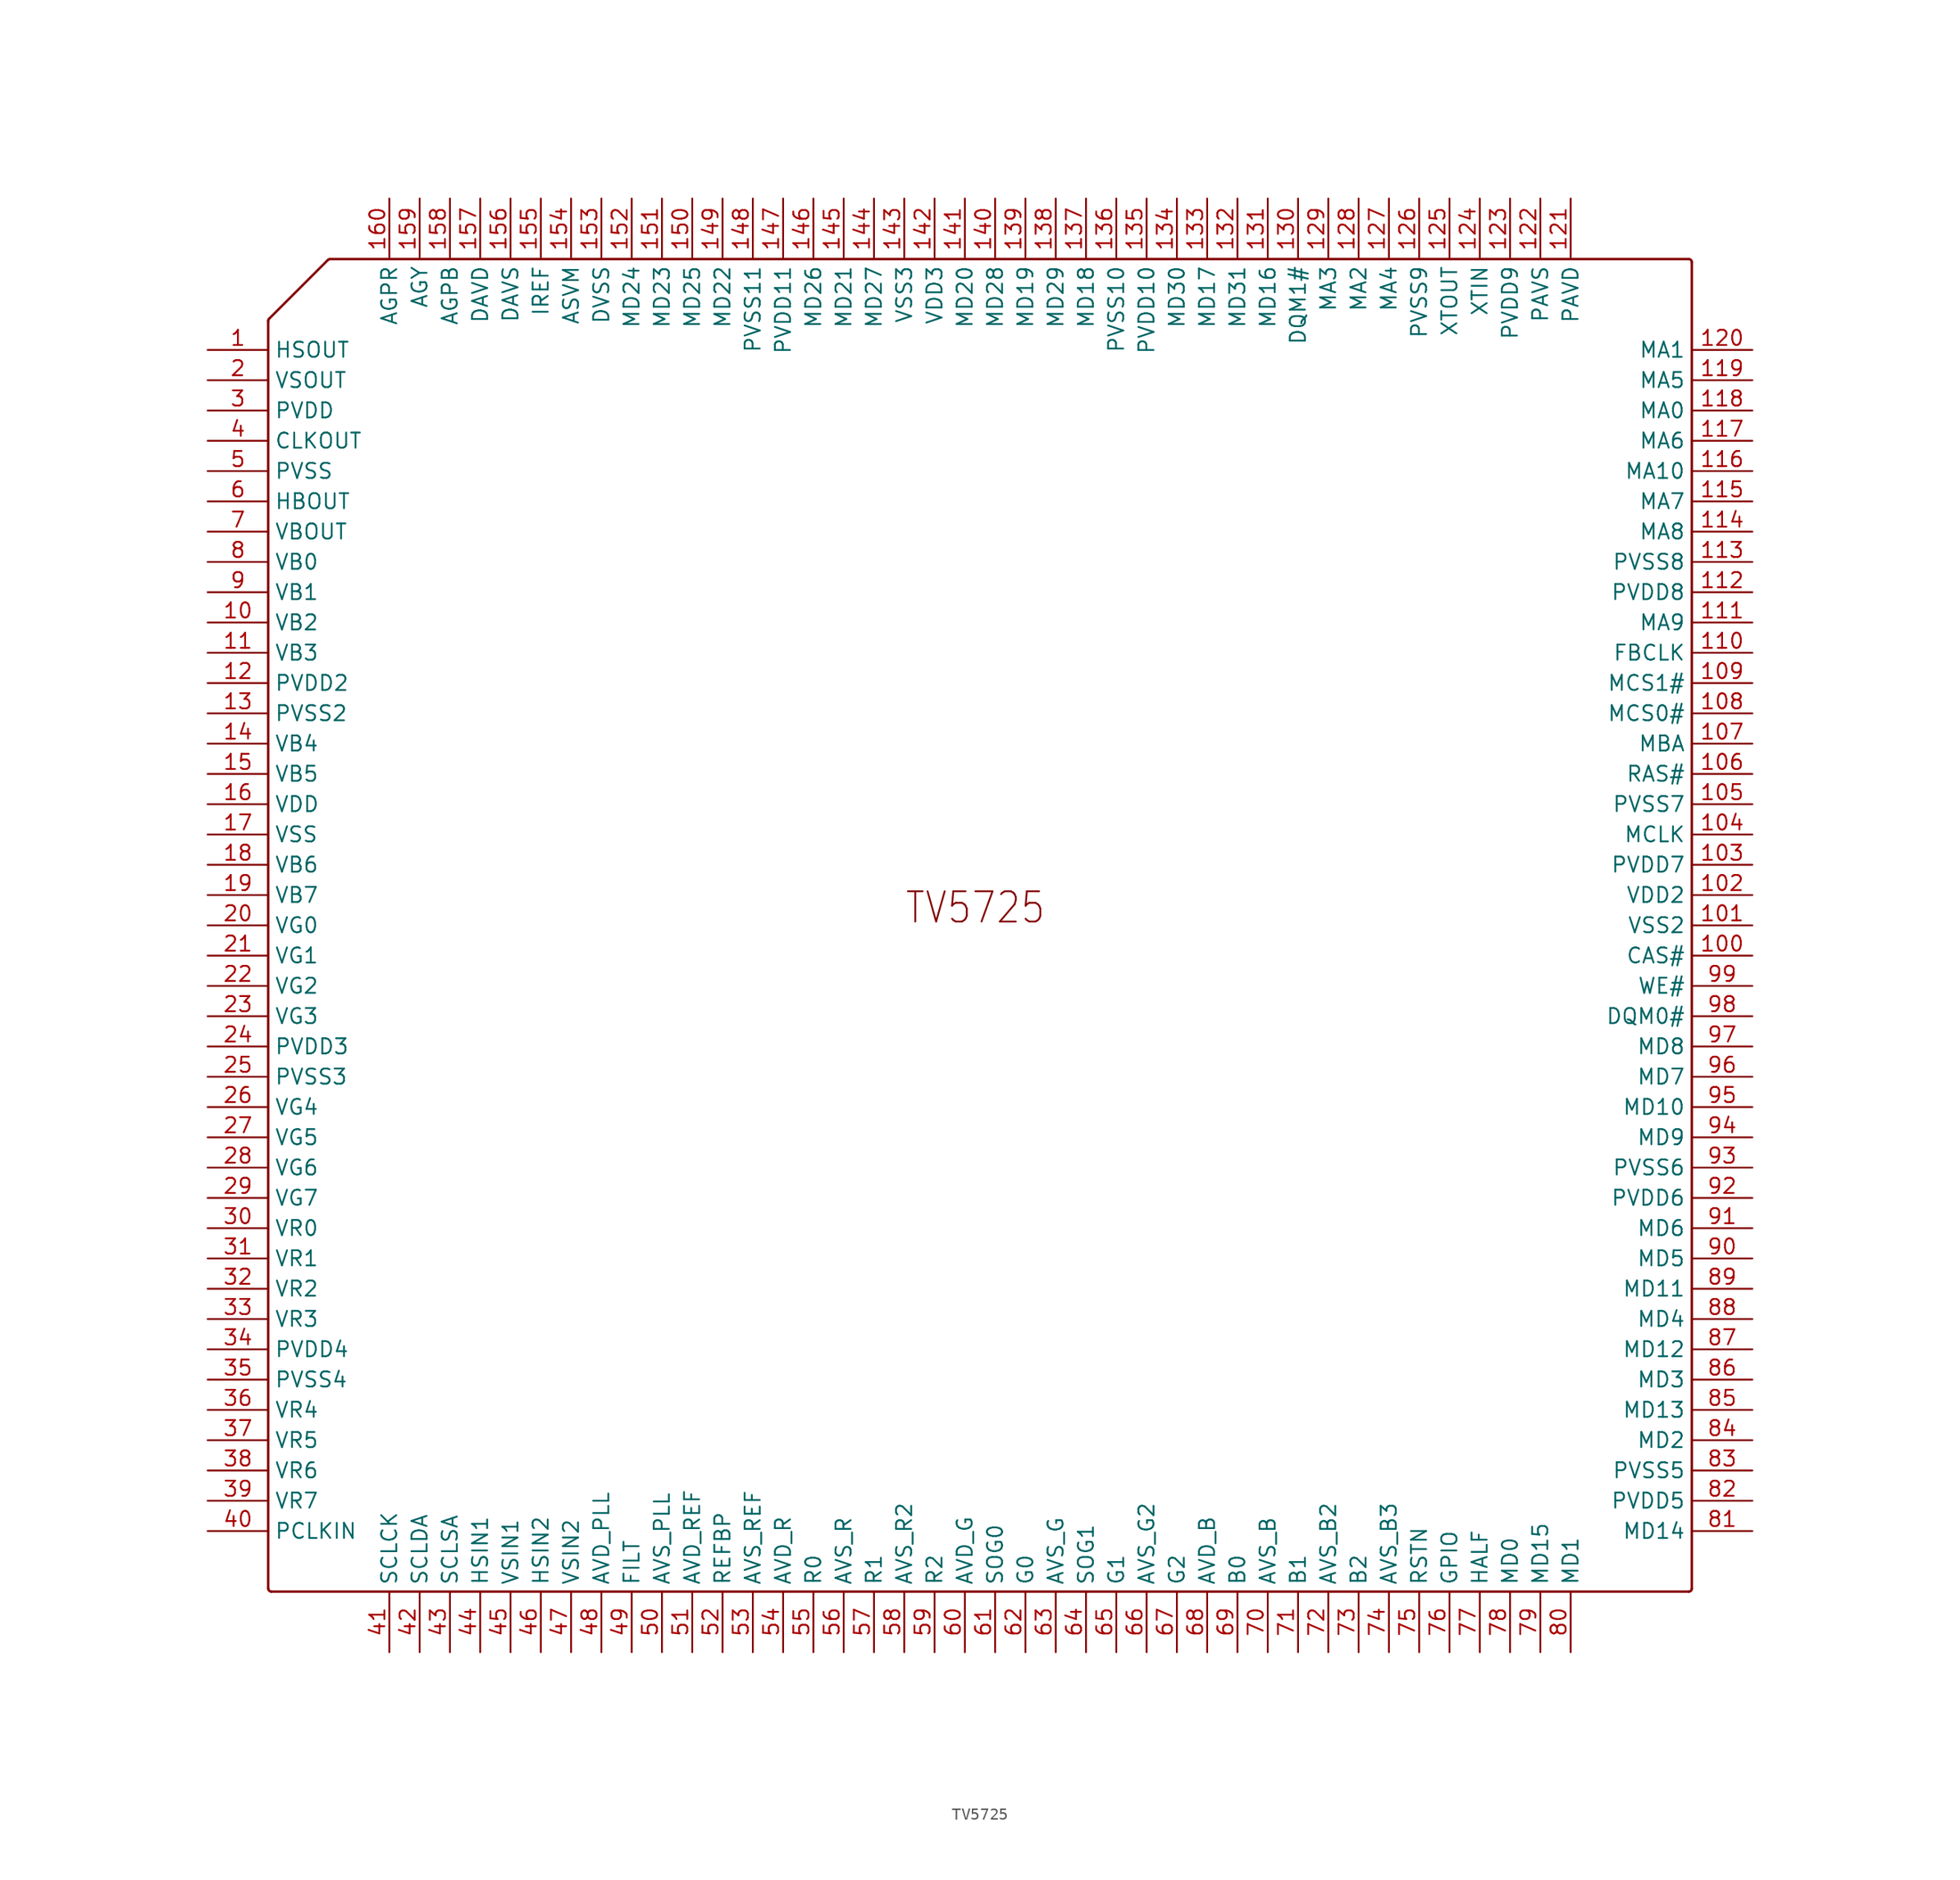
<source format=kicad_sym>
(kicad_symbol_lib
  (version 20231120)
  (generator "kicad_symbol_editor")
  (generator_version "8.99")
  (symbol "TV5725"
    (property "Reference" ""
      (at 0 0 0)
      (effects (font (size 1.27 1.27)) (hide yes)))
    (property "ki_locked" ""
      (at 0 0 0)
      (effects (font (size 1.27 1.27))))
    (symbol "TV5725_1_0"
      (arc (start -58.42 -55.626) (mid -58.3456 -55.8056) (end -58.166 -55.88) (stroke (width 0.2032) (type solid)) (fill (type none)))
      (arc (start -58.3455 50.8743) (mid -58.4006 50.7919) (end -58.42 50.6947) (stroke (width 0.2032) (type solid)) (fill (type none)))
      (arc (start -53.2346 55.88) (mid -53.3318 55.8607) (end -53.4143 55.8056) (stroke (width 0.2032) (type solid)) (fill (type none)))
      (polyline (pts (xy -58.42 50.695) (xy -58.42 -55.626)) (stroke (width 0.203) (type solid)) (fill (type none)))
      (polyline (pts (xy -58.346 50.874) (xy -53.414 55.806)) (stroke (width 0.203) (type solid)) (fill (type none)))
      (polyline (pts (xy -58.166 -55.88) (xy 60.706 -55.88)) (stroke (width 0.203) (type solid)) (fill (type none)))
      (polyline (pts (xy -53.235 55.88) (xy 60.706 55.88)) (stroke (width 0.203) (type solid)) (fill (type none)))
      (polyline (pts (xy 60.96 -55.626) (xy 60.96 55.626)) (stroke (width 0.203) (type solid)) (fill (type none)))
      (arc (start 60.706 -55.88) (mid 60.8856 -55.8056) (end 60.96 -55.626) (stroke (width 0.2032) (type solid)) (fill (type none)))
      (arc (start 60.96 55.626) (mid 60.8856 55.8056) (end 60.706 55.88) (stroke (width 0.2032) (type solid)) (fill (type none)))
      (text "TV5725" (at -5.08 0 0) (effects (font (size 2.54 2.159)) (justify left bottom)))
      (pin bidirectional line (at -63.5 48.26 0) (length 5.08) (name "HSOUT" (effects (font (size 1.27 1.27)))) (number "1" (effects (font (size 1.27 1.27)))))
      (pin bidirectional line (at -63.5 25.4 0) (length 5.08) (name "VB2" (effects (font (size 1.27 1.27)))) (number "10" (effects (font (size 1.27 1.27)))))
      (pin bidirectional line (at 66.04 -2.54 180) (length 5.08) (name "CAS#" (effects (font (size 1.27 1.27)))) (number "100" (effects (font (size 1.27 1.27)))))
      (pin bidirectional line (at 66.04 0 180) (length 5.08) (name "VSS2" (effects (font (size 1.27 1.27)))) (number "101" (effects (font (size 1.27 1.27)))))
      (pin bidirectional line (at 66.04 2.54 180) (length 5.08) (name "VDD2" (effects (font (size 1.27 1.27)))) (number "102" (effects (font (size 1.27 1.27)))))
      (pin bidirectional line (at 66.04 5.08 180) (length 5.08) (name "PVDD7" (effects (font (size 1.27 1.27)))) (number "103" (effects (font (size 1.27 1.27)))))
      (pin bidirectional line (at 66.04 7.62 180) (length 5.08) (name "MCLK" (effects (font (size 1.27 1.27)))) (number "104" (effects (font (size 1.27 1.27)))))
      (pin bidirectional line (at 66.04 10.16 180) (length 5.08) (name "PVSS7" (effects (font (size 1.27 1.27)))) (number "105" (effects (font (size 1.27 1.27)))))
      (pin bidirectional line (at 66.04 12.7 180) (length 5.08) (name "RAS#" (effects (font (size 1.27 1.27)))) (number "106" (effects (font (size 1.27 1.27)))))
      (pin bidirectional line (at 66.04 15.24 180) (length 5.08) (name "MBA" (effects (font (size 1.27 1.27)))) (number "107" (effects (font (size 1.27 1.27)))))
      (pin bidirectional line (at 66.04 17.78 180) (length 5.08) (name "MCS0#" (effects (font (size 1.27 1.27)))) (number "108" (effects (font (size 1.27 1.27)))))
      (pin bidirectional line (at 66.04 20.32 180) (length 5.08) (name "MCS1#" (effects (font (size 1.27 1.27)))) (number "109" (effects (font (size 1.27 1.27)))))
      (pin bidirectional line (at -63.5 22.86 0) (length 5.08) (name "VB3" (effects (font (size 1.27 1.27)))) (number "11" (effects (font (size 1.27 1.27)))))
      (pin bidirectional line (at 66.04 22.86 180) (length 5.08) (name "FBCLK" (effects (font (size 1.27 1.27)))) (number "110" (effects (font (size 1.27 1.27)))))
      (pin bidirectional line (at 66.04 25.4 180) (length 5.08) (name "MA9" (effects (font (size 1.27 1.27)))) (number "111" (effects (font (size 1.27 1.27)))))
      (pin bidirectional line (at 66.04 27.94 180) (length 5.08) (name "PVDD8" (effects (font (size 1.27 1.27)))) (number "112" (effects (font (size 1.27 1.27)))))
      (pin bidirectional line (at 66.04 30.48 180) (length 5.08) (name "PVSS8" (effects (font (size 1.27 1.27)))) (number "113" (effects (font (size 1.27 1.27)))))
      (pin bidirectional line (at 66.04 33.02 180) (length 5.08) (name "MA8" (effects (font (size 1.27 1.27)))) (number "114" (effects (font (size 1.27 1.27)))))
      (pin bidirectional line (at 66.04 35.56 180) (length 5.08) (name "MA7" (effects (font (size 1.27 1.27)))) (number "115" (effects (font (size 1.27 1.27)))))
      (pin bidirectional line (at 66.04 38.1 180) (length 5.08) (name "MA10" (effects (font (size 1.27 1.27)))) (number "116" (effects (font (size 1.27 1.27)))))
      (pin bidirectional line (at 66.04 40.64 180) (length 5.08) (name "MA6" (effects (font (size 1.27 1.27)))) (number "117" (effects (font (size 1.27 1.27)))))
      (pin bidirectional line (at 66.04 43.18 180) (length 5.08) (name "MA0" (effects (font (size 1.27 1.27)))) (number "118" (effects (font (size 1.27 1.27)))))
      (pin bidirectional line (at 66.04 45.72 180) (length 5.08) (name "MA5" (effects (font (size 1.27 1.27)))) (number "119" (effects (font (size 1.27 1.27)))))
      (pin bidirectional line (at -63.5 20.32 0) (length 5.08) (name "PVDD2" (effects (font (size 1.27 1.27)))) (number "12" (effects (font (size 1.27 1.27)))))
      (pin bidirectional line (at 66.04 48.26 180) (length 5.08) (name "MA1" (effects (font (size 1.27 1.27)))) (number "120" (effects (font (size 1.27 1.27)))))
      (pin bidirectional line (at 50.8 60.96 270) (length 5.08) (name "PAVD" (effects (font (size 1.27 1.27)))) (number "121" (effects (font (size 1.27 1.27)))))
      (pin bidirectional line (at 48.26 60.96 270) (length 5.08) (name "PAVS" (effects (font (size 1.27 1.27)))) (number "122" (effects (font (size 1.27 1.27)))))
      (pin bidirectional line (at 45.72 60.96 270) (length 5.08) (name "PVDD9" (effects (font (size 1.27 1.27)))) (number "123" (effects (font (size 1.27 1.27)))))
      (pin bidirectional line (at 43.18 60.96 270) (length 5.08) (name "XTIN" (effects (font (size 1.27 1.27)))) (number "124" (effects (font (size 1.27 1.27)))))
      (pin bidirectional line (at 40.64 60.96 270) (length 5.08) (name "XTOUT" (effects (font (size 1.27 1.27)))) (number "125" (effects (font (size 1.27 1.27)))))
      (pin bidirectional line (at 38.1 60.96 270) (length 5.08) (name "PVSS9" (effects (font (size 1.27 1.27)))) (number "126" (effects (font (size 1.27 1.27)))))
      (pin bidirectional line (at 35.56 60.96 270) (length 5.08) (name "MA4" (effects (font (size 1.27 1.27)))) (number "127" (effects (font (size 1.27 1.27)))))
      (pin bidirectional line (at 33.02 60.96 270) (length 5.08) (name "MA2" (effects (font (size 1.27 1.27)))) (number "128" (effects (font (size 1.27 1.27)))))
      (pin bidirectional line (at 30.48 60.96 270) (length 5.08) (name "MA3" (effects (font (size 1.27 1.27)))) (number "129" (effects (font (size 1.27 1.27)))))
      (pin bidirectional line (at -63.5 17.78 0) (length 5.08) (name "PVSS2" (effects (font (size 1.27 1.27)))) (number "13" (effects (font (size 1.27 1.27)))))
      (pin bidirectional line (at 27.94 60.96 270) (length 5.08) (name "DQM1#" (effects (font (size 1.27 1.27)))) (number "130" (effects (font (size 1.27 1.27)))))
      (pin bidirectional line (at 25.4 60.96 270) (length 5.08) (name "MD16" (effects (font (size 1.27 1.27)))) (number "131" (effects (font (size 1.27 1.27)))))
      (pin bidirectional line (at 22.86 60.96 270) (length 5.08) (name "MD31" (effects (font (size 1.27 1.27)))) (number "132" (effects (font (size 1.27 1.27)))))
      (pin bidirectional line (at 20.32 60.96 270) (length 5.08) (name "MD17" (effects (font (size 1.27 1.27)))) (number "133" (effects (font (size 1.27 1.27)))))
      (pin bidirectional line (at 17.78 60.96 270) (length 5.08) (name "MD30" (effects (font (size 1.27 1.27)))) (number "134" (effects (font (size 1.27 1.27)))))
      (pin bidirectional line (at 15.24 60.96 270) (length 5.08) (name "PVDD10" (effects (font (size 1.27 1.27)))) (number "135" (effects (font (size 1.27 1.27)))))
      (pin bidirectional line (at 12.7 60.96 270) (length 5.08) (name "PVSS10" (effects (font (size 1.27 1.27)))) (number "136" (effects (font (size 1.27 1.27)))))
      (pin bidirectional line (at 10.16 60.96 270) (length 5.08) (name "MD18" (effects (font (size 1.27 1.27)))) (number "137" (effects (font (size 1.27 1.27)))))
      (pin bidirectional line (at 7.62 60.96 270) (length 5.08) (name "MD29" (effects (font (size 1.27 1.27)))) (number "138" (effects (font (size 1.27 1.27)))))
      (pin bidirectional line (at 5.08 60.96 270) (length 5.08) (name "MD19" (effects (font (size 1.27 1.27)))) (number "139" (effects (font (size 1.27 1.27)))))
      (pin bidirectional line (at -63.5 15.24 0) (length 5.08) (name "VB4" (effects (font (size 1.27 1.27)))) (number "14" (effects (font (size 1.27 1.27)))))
      (pin bidirectional line (at 2.54 60.96 270) (length 5.08) (name "MD28" (effects (font (size 1.27 1.27)))) (number "140" (effects (font (size 1.27 1.27)))))
      (pin bidirectional line (at 0 60.96 270) (length 5.08) (name "MD20" (effects (font (size 1.27 1.27)))) (number "141" (effects (font (size 1.27 1.27)))))
      (pin bidirectional line (at -2.54 60.96 270) (length 5.08) (name "VDD3" (effects (font (size 1.27 1.27)))) (number "142" (effects (font (size 1.27 1.27)))))
      (pin bidirectional line (at -5.08 60.96 270) (length 5.08) (name "VSS3" (effects (font (size 1.27 1.27)))) (number "143" (effects (font (size 1.27 1.27)))))
      (pin bidirectional line (at -7.62 60.96 270) (length 5.08) (name "MD27" (effects (font (size 1.27 1.27)))) (number "144" (effects (font (size 1.27 1.27)))))
      (pin bidirectional line (at -10.16 60.96 270) (length 5.08) (name "MD21" (effects (font (size 1.27 1.27)))) (number "145" (effects (font (size 1.27 1.27)))))
      (pin bidirectional line (at -12.7 60.96 270) (length 5.08) (name "MD26" (effects (font (size 1.27 1.27)))) (number "146" (effects (font (size 1.27 1.27)))))
      (pin bidirectional line (at -15.24 60.96 270) (length 5.08) (name "PVDD11" (effects (font (size 1.27 1.27)))) (number "147" (effects (font (size 1.27 1.27)))))
      (pin bidirectional line (at -17.78 60.96 270) (length 5.08) (name "PVSS11" (effects (font (size 1.27 1.27)))) (number "148" (effects (font (size 1.27 1.27)))))
      (pin bidirectional line (at -20.32 60.96 270) (length 5.08) (name "MD22" (effects (font (size 1.27 1.27)))) (number "149" (effects (font (size 1.27 1.27)))))
      (pin bidirectional line (at -63.5 12.7 0) (length 5.08) (name "VB5" (effects (font (size 1.27 1.27)))) (number "15" (effects (font (size 1.27 1.27)))))
      (pin bidirectional line (at -22.86 60.96 270) (length 5.08) (name "MD25" (effects (font (size 1.27 1.27)))) (number "150" (effects (font (size 1.27 1.27)))))
      (pin bidirectional line (at -25.4 60.96 270) (length 5.08) (name "MD23" (effects (font (size 1.27 1.27)))) (number "151" (effects (font (size 1.27 1.27)))))
      (pin bidirectional line (at -27.94 60.96 270) (length 5.08) (name "MD24" (effects (font (size 1.27 1.27)))) (number "152" (effects (font (size 1.27 1.27)))))
      (pin bidirectional line (at -30.48 60.96 270) (length 5.08) (name "DVSS" (effects (font (size 1.27 1.27)))) (number "153" (effects (font (size 1.27 1.27)))))
      (pin bidirectional line (at -33.02 60.96 270) (length 5.08) (name "ASVM" (effects (font (size 1.27 1.27)))) (number "154" (effects (font (size 1.27 1.27)))))
      (pin bidirectional line (at -35.56 60.96 270) (length 5.08) (name "IREF" (effects (font (size 1.27 1.27)))) (number "155" (effects (font (size 1.27 1.27)))))
      (pin bidirectional line (at -38.1 60.96 270) (length 5.08) (name "DAVS" (effects (font (size 1.27 1.27)))) (number "156" (effects (font (size 1.27 1.27)))))
      (pin bidirectional line (at -40.64 60.96 270) (length 5.08) (name "DAVD" (effects (font (size 1.27 1.27)))) (number "157" (effects (font (size 1.27 1.27)))))
      (pin bidirectional line (at -43.18 60.96 270) (length 5.08) (name "AGPB" (effects (font (size 1.27 1.27)))) (number "158" (effects (font (size 1.27 1.27)))))
      (pin bidirectional line (at -45.72 60.96 270) (length 5.08) (name "AGY" (effects (font (size 1.27 1.27)))) (number "159" (effects (font (size 1.27 1.27)))))
      (pin bidirectional line (at -63.5 10.16 0) (length 5.08) (name "VDD" (effects (font (size 1.27 1.27)))) (number "16" (effects (font (size 1.27 1.27)))))
      (pin bidirectional line (at -48.26 60.96 270) (length 5.08) (name "AGPR" (effects (font (size 1.27 1.27)))) (number "160" (effects (font (size 1.27 1.27)))))
      (pin bidirectional line (at -63.5 7.62 0) (length 5.08) (name "VSS" (effects (font (size 1.27 1.27)))) (number "17" (effects (font (size 1.27 1.27)))))
      (pin bidirectional line (at -63.5 5.08 0) (length 5.08) (name "VB6" (effects (font (size 1.27 1.27)))) (number "18" (effects (font (size 1.27 1.27)))))
      (pin bidirectional line (at -63.5 2.54 0) (length 5.08) (name "VB7" (effects (font (size 1.27 1.27)))) (number "19" (effects (font (size 1.27 1.27)))))
      (pin bidirectional line (at -63.5 45.72 0) (length 5.08) (name "VSOUT" (effects (font (size 1.27 1.27)))) (number "2" (effects (font (size 1.27 1.27)))))
      (pin bidirectional line (at -63.5 0 0) (length 5.08) (name "VG0" (effects (font (size 1.27 1.27)))) (number "20" (effects (font (size 1.27 1.27)))))
      (pin bidirectional line (at -63.5 -2.54 0) (length 5.08) (name "VG1" (effects (font (size 1.27 1.27)))) (number "21" (effects (font (size 1.27 1.27)))))
      (pin bidirectional line (at -63.5 -5.08 0) (length 5.08) (name "VG2" (effects (font (size 1.27 1.27)))) (number "22" (effects (font (size 1.27 1.27)))))
      (pin bidirectional line (at -63.5 -7.62 0) (length 5.08) (name "VG3" (effects (font (size 1.27 1.27)))) (number "23" (effects (font (size 1.27 1.27)))))
      (pin bidirectional line (at -63.5 -10.16 0) (length 5.08) (name "PVDD3" (effects (font (size 1.27 1.27)))) (number "24" (effects (font (size 1.27 1.27)))))
      (pin bidirectional line (at -63.5 -12.7 0) (length 5.08) (name "PVSS3" (effects (font (size 1.27 1.27)))) (number "25" (effects (font (size 1.27 1.27)))))
      (pin bidirectional line (at -63.5 -15.24 0) (length 5.08) (name "VG4" (effects (font (size 1.27 1.27)))) (number "26" (effects (font (size 1.27 1.27)))))
      (pin bidirectional line (at -63.5 -17.78 0) (length 5.08) (name "VG5" (effects (font (size 1.27 1.27)))) (number "27" (effects (font (size 1.27 1.27)))))
      (pin bidirectional line (at -63.5 -20.32 0) (length 5.08) (name "VG6" (effects (font (size 1.27 1.27)))) (number "28" (effects (font (size 1.27 1.27)))))
      (pin bidirectional line (at -63.5 -22.86 0) (length 5.08) (name "VG7" (effects (font (size 1.27 1.27)))) (number "29" (effects (font (size 1.27 1.27)))))
      (pin bidirectional line (at -63.5 43.18 0) (length 5.08) (name "PVDD" (effects (font (size 1.27 1.27)))) (number "3" (effects (font (size 1.27 1.27)))))
      (pin bidirectional line (at -63.5 -25.4 0) (length 5.08) (name "VR0" (effects (font (size 1.27 1.27)))) (number "30" (effects (font (size 1.27 1.27)))))
      (pin bidirectional line (at -63.5 -27.94 0) (length 5.08) (name "VR1" (effects (font (size 1.27 1.27)))) (number "31" (effects (font (size 1.27 1.27)))))
      (pin bidirectional line (at -63.5 -30.48 0) (length 5.08) (name "VR2" (effects (font (size 1.27 1.27)))) (number "32" (effects (font (size 1.27 1.27)))))
      (pin bidirectional line (at -63.5 -33.02 0) (length 5.08) (name "VR3" (effects (font (size 1.27 1.27)))) (number "33" (effects (font (size 1.27 1.27)))))
      (pin bidirectional line (at -63.5 -35.56 0) (length 5.08) (name "PVDD4" (effects (font (size 1.27 1.27)))) (number "34" (effects (font (size 1.27 1.27)))))
      (pin bidirectional line (at -63.5 -38.1 0) (length 5.08) (name "PVSS4" (effects (font (size 1.27 1.27)))) (number "35" (effects (font (size 1.27 1.27)))))
      (pin bidirectional line (at -63.5 -40.64 0) (length 5.08) (name "VR4" (effects (font (size 1.27 1.27)))) (number "36" (effects (font (size 1.27 1.27)))))
      (pin bidirectional line (at -63.5 -43.18 0) (length 5.08) (name "VR5" (effects (font (size 1.27 1.27)))) (number "37" (effects (font (size 1.27 1.27)))))
      (pin bidirectional line (at -63.5 -45.72 0) (length 5.08) (name "VR6" (effects (font (size 1.27 1.27)))) (number "38" (effects (font (size 1.27 1.27)))))
      (pin bidirectional line (at -63.5 -48.26 0) (length 5.08) (name "VR7" (effects (font (size 1.27 1.27)))) (number "39" (effects (font (size 1.27 1.27)))))
      (pin bidirectional line (at -63.5 40.64 0) (length 5.08) (name "CLKOUT" (effects (font (size 1.27 1.27)))) (number "4" (effects (font (size 1.27 1.27)))))
      (pin bidirectional line (at -63.5 -50.8 0) (length 5.08) (name "PCLKIN" (effects (font (size 1.27 1.27)))) (number "40" (effects (font (size 1.27 1.27)))))
      (pin bidirectional line (at -48.26 -60.96 90) (length 5.08) (name "SCLCK" (effects (font (size 1.27 1.27)))) (number "41" (effects (font (size 1.27 1.27)))))
      (pin bidirectional line (at -45.72 -60.96 90) (length 5.08) (name "SCLDA" (effects (font (size 1.27 1.27)))) (number "42" (effects (font (size 1.27 1.27)))))
      (pin bidirectional line (at -43.18 -60.96 90) (length 5.08) (name "SCLSA" (effects (font (size 1.27 1.27)))) (number "43" (effects (font (size 1.27 1.27)))))
      (pin bidirectional line (at -40.64 -60.96 90) (length 5.08) (name "HSIN1" (effects (font (size 1.27 1.27)))) (number "44" (effects (font (size 1.27 1.27)))))
      (pin bidirectional line (at -38.1 -60.96 90) (length 5.08) (name "VSIN1" (effects (font (size 1.27 1.27)))) (number "45" (effects (font (size 1.27 1.27)))))
      (pin bidirectional line (at -35.56 -60.96 90) (length 5.08) (name "HSIN2" (effects (font (size 1.27 1.27)))) (number "46" (effects (font (size 1.27 1.27)))))
      (pin bidirectional line (at -33.02 -60.96 90) (length 5.08) (name "VSIN2" (effects (font (size 1.27 1.27)))) (number "47" (effects (font (size 1.27 1.27)))))
      (pin bidirectional line (at -30.48 -60.96 90) (length 5.08) (name "AVD_PLL" (effects (font (size 1.27 1.27)))) (number "48" (effects (font (size 1.27 1.27)))))
      (pin bidirectional line (at -27.94 -60.96 90) (length 5.08) (name "FILT" (effects (font (size 1.27 1.27)))) (number "49" (effects (font (size 1.27 1.27)))))
      (pin bidirectional line (at -63.5 38.1 0) (length 5.08) (name "PVSS" (effects (font (size 1.27 1.27)))) (number "5" (effects (font (size 1.27 1.27)))))
      (pin bidirectional line (at -25.4 -60.96 90) (length 5.08) (name "AVS_PLL" (effects (font (size 1.27 1.27)))) (number "50" (effects (font (size 1.27 1.27)))))
      (pin bidirectional line (at -22.86 -60.96 90) (length 5.08) (name "AVD_REF" (effects (font (size 1.27 1.27)))) (number "51" (effects (font (size 1.27 1.27)))))
      (pin bidirectional line (at -20.32 -60.96 90) (length 5.08) (name "REFBP" (effects (font (size 1.27 1.27)))) (number "52" (effects (font (size 1.27 1.27)))))
      (pin bidirectional line (at -17.78 -60.96 90) (length 5.08) (name "AVS_REF" (effects (font (size 1.27 1.27)))) (number "53" (effects (font (size 1.27 1.27)))))
      (pin bidirectional line (at -15.24 -60.96 90) (length 5.08) (name "AVD_R" (effects (font (size 1.27 1.27)))) (number "54" (effects (font (size 1.27 1.27)))))
      (pin bidirectional line (at -12.7 -60.96 90) (length 5.08) (name "R0" (effects (font (size 1.27 1.27)))) (number "55" (effects (font (size 1.27 1.27)))))
      (pin bidirectional line (at -10.16 -60.96 90) (length 5.08) (name "AVS_R" (effects (font (size 1.27 1.27)))) (number "56" (effects (font (size 1.27 1.27)))))
      (pin bidirectional line (at -7.62 -60.96 90) (length 5.08) (name "R1" (effects (font (size 1.27 1.27)))) (number "57" (effects (font (size 1.27 1.27)))))
      (pin bidirectional line (at -5.08 -60.96 90) (length 5.08) (name "AVS_R2" (effects (font (size 1.27 1.27)))) (number "58" (effects (font (size 1.27 1.27)))))
      (pin bidirectional line (at -2.54 -60.96 90) (length 5.08) (name "R2" (effects (font (size 1.27 1.27)))) (number "59" (effects (font (size 1.27 1.27)))))
      (pin bidirectional line (at -63.5 35.56 0) (length 5.08) (name "HBOUT" (effects (font (size 1.27 1.27)))) (number "6" (effects (font (size 1.27 1.27)))))
      (pin bidirectional line (at 0 -60.96 90) (length 5.08) (name "AVD_G" (effects (font (size 1.27 1.27)))) (number "60" (effects (font (size 1.27 1.27)))))
      (pin bidirectional line (at 2.54 -60.96 90) (length 5.08) (name "SOG0" (effects (font (size 1.27 1.27)))) (number "61" (effects (font (size 1.27 1.27)))))
      (pin bidirectional line (at 5.08 -60.96 90) (length 5.08) (name "G0" (effects (font (size 1.27 1.27)))) (number "62" (effects (font (size 1.27 1.27)))))
      (pin bidirectional line (at 7.62 -60.96 90) (length 5.08) (name "AVS_G" (effects (font (size 1.27 1.27)))) (number "63" (effects (font (size 1.27 1.27)))))
      (pin bidirectional line (at 10.16 -60.96 90) (length 5.08) (name "SOG1" (effects (font (size 1.27 1.27)))) (number "64" (effects (font (size 1.27 1.27)))))
      (pin bidirectional line (at 12.7 -60.96 90) (length 5.08) (name "G1" (effects (font (size 1.27 1.27)))) (number "65" (effects (font (size 1.27 1.27)))))
      (pin bidirectional line (at 15.24 -60.96 90) (length 5.08) (name "AVS_G2" (effects (font (size 1.27 1.27)))) (number "66" (effects (font (size 1.27 1.27)))))
      (pin bidirectional line (at 17.78 -60.96 90) (length 5.08) (name "G2" (effects (font (size 1.27 1.27)))) (number "67" (effects (font (size 1.27 1.27)))))
      (pin bidirectional line (at 20.32 -60.96 90) (length 5.08) (name "AVD_B" (effects (font (size 1.27 1.27)))) (number "68" (effects (font (size 1.27 1.27)))))
      (pin bidirectional line (at 22.86 -60.96 90) (length 5.08) (name "B0" (effects (font (size 1.27 1.27)))) (number "69" (effects (font (size 1.27 1.27)))))
      (pin bidirectional line (at -63.5 33.02 0) (length 5.08) (name "VBOUT" (effects (font (size 1.27 1.27)))) (number "7" (effects (font (size 1.27 1.27)))))
      (pin bidirectional line (at 25.4 -60.96 90) (length 5.08) (name "AVS_B" (effects (font (size 1.27 1.27)))) (number "70" (effects (font (size 1.27 1.27)))))
      (pin bidirectional line (at 27.94 -60.96 90) (length 5.08) (name "B1" (effects (font (size 1.27 1.27)))) (number "71" (effects (font (size 1.27 1.27)))))
      (pin bidirectional line (at 30.48 -60.96 90) (length 5.08) (name "AVS_B2" (effects (font (size 1.27 1.27)))) (number "72" (effects (font (size 1.27 1.27)))))
      (pin bidirectional line (at 33.02 -60.96 90) (length 5.08) (name "B2" (effects (font (size 1.27 1.27)))) (number "73" (effects (font (size 1.27 1.27)))))
      (pin bidirectional line (at 35.56 -60.96 90) (length 5.08) (name "AVS_B3" (effects (font (size 1.27 1.27)))) (number "74" (effects (font (size 1.27 1.27)))))
      (pin bidirectional line (at 38.1 -60.96 90) (length 5.08) (name "RSTN" (effects (font (size 1.27 1.27)))) (number "75" (effects (font (size 1.27 1.27)))))
      (pin bidirectional line (at 40.64 -60.96 90) (length 5.08) (name "GPIO" (effects (font (size 1.27 1.27)))) (number "76" (effects (font (size 1.27 1.27)))))
      (pin bidirectional line (at 43.18 -60.96 90) (length 5.08) (name "HALF" (effects (font (size 1.27 1.27)))) (number "77" (effects (font (size 1.27 1.27)))))
      (pin bidirectional line (at 45.72 -60.96 90) (length 5.08) (name "MD0" (effects (font (size 1.27 1.27)))) (number "78" (effects (font (size 1.27 1.27)))))
      (pin bidirectional line (at 48.26 -60.96 90) (length 5.08) (name "MD15" (effects (font (size 1.27 1.27)))) (number "79" (effects (font (size 1.27 1.27)))))
      (pin bidirectional line (at -63.5 30.48 0) (length 5.08) (name "VB0" (effects (font (size 1.27 1.27)))) (number "8" (effects (font (size 1.27 1.27)))))
      (pin bidirectional line (at 50.8 -60.96 90) (length 5.08) (name "MD1" (effects (font (size 1.27 1.27)))) (number "80" (effects (font (size 1.27 1.27)))))
      (pin bidirectional line (at 66.04 -50.8 180) (length 5.08) (name "MD14" (effects (font (size 1.27 1.27)))) (number "81" (effects (font (size 1.27 1.27)))))
      (pin bidirectional line (at 66.04 -48.26 180) (length 5.08) (name "PVDD5" (effects (font (size 1.27 1.27)))) (number "82" (effects (font (size 1.27 1.27)))))
      (pin bidirectional line (at 66.04 -45.72 180) (length 5.08) (name "PVSS5" (effects (font (size 1.27 1.27)))) (number "83" (effects (font (size 1.27 1.27)))))
      (pin bidirectional line (at 66.04 -43.18 180) (length 5.08) (name "MD2" (effects (font (size 1.27 1.27)))) (number "84" (effects (font (size 1.27 1.27)))))
      (pin bidirectional line (at 66.04 -40.64 180) (length 5.08) (name "MD13" (effects (font (size 1.27 1.27)))) (number "85" (effects (font (size 1.27 1.27)))))
      (pin bidirectional line (at 66.04 -38.1 180) (length 5.08) (name "MD3" (effects (font (size 1.27 1.27)))) (number "86" (effects (font (size 1.27 1.27)))))
      (pin bidirectional line (at 66.04 -35.56 180) (length 5.08) (name "MD12" (effects (font (size 1.27 1.27)))) (number "87" (effects (font (size 1.27 1.27)))))
      (pin bidirectional line (at 66.04 -33.02 180) (length 5.08) (name "MD4" (effects (font (size 1.27 1.27)))) (number "88" (effects (font (size 1.27 1.27)))))
      (pin bidirectional line (at 66.04 -30.48 180) (length 5.08) (name "MD11" (effects (font (size 1.27 1.27)))) (number "89" (effects (font (size 1.27 1.27)))))
      (pin bidirectional line (at -63.5 27.94 0) (length 5.08) (name "VB1" (effects (font (size 1.27 1.27)))) (number "9" (effects (font (size 1.27 1.27)))))
      (pin bidirectional line (at 66.04 -27.94 180) (length 5.08) (name "MD5" (effects (font (size 1.27 1.27)))) (number "90" (effects (font (size 1.27 1.27)))))
      (pin bidirectional line (at 66.04 -25.4 180) (length 5.08) (name "MD6" (effects (font (size 1.27 1.27)))) (number "91" (effects (font (size 1.27 1.27)))))
      (pin bidirectional line (at 66.04 -22.86 180) (length 5.08) (name "PVDD6" (effects (font (size 1.27 1.27)))) (number "92" (effects (font (size 1.27 1.27)))))
      (pin bidirectional line (at 66.04 -20.32 180) (length 5.08) (name "PVSS6" (effects (font (size 1.27 1.27)))) (number "93" (effects (font (size 1.27 1.27)))))
      (pin bidirectional line (at 66.04 -17.78 180) (length 5.08) (name "MD9" (effects (font (size 1.27 1.27)))) (number "94" (effects (font (size 1.27 1.27)))))
      (pin bidirectional line (at 66.04 -15.24 180) (length 5.08) (name "MD10" (effects (font (size 1.27 1.27)))) (number "95" (effects (font (size 1.27 1.27)))))
      (pin bidirectional line (at 66.04 -12.7 180) (length 5.08) (name "MD7" (effects (font (size 1.27 1.27)))) (number "96" (effects (font (size 1.27 1.27)))))
      (pin bidirectional line (at 66.04 -10.16 180) (length 5.08) (name "MD8" (effects (font (size 1.27 1.27)))) (number "97" (effects (font (size 1.27 1.27)))))
      (pin bidirectional line (at 66.04 -7.62 180) (length 5.08) (name "DQM0#" (effects (font (size 1.27 1.27)))) (number "98" (effects (font (size 1.27 1.27)))))
      (pin bidirectional line (at 66.04 -5.08 180) (length 5.08) (name "WE#" (effects (font (size 1.27 1.27)))) (number "99" (effects (font (size 1.27 1.27))))))))
</source>
